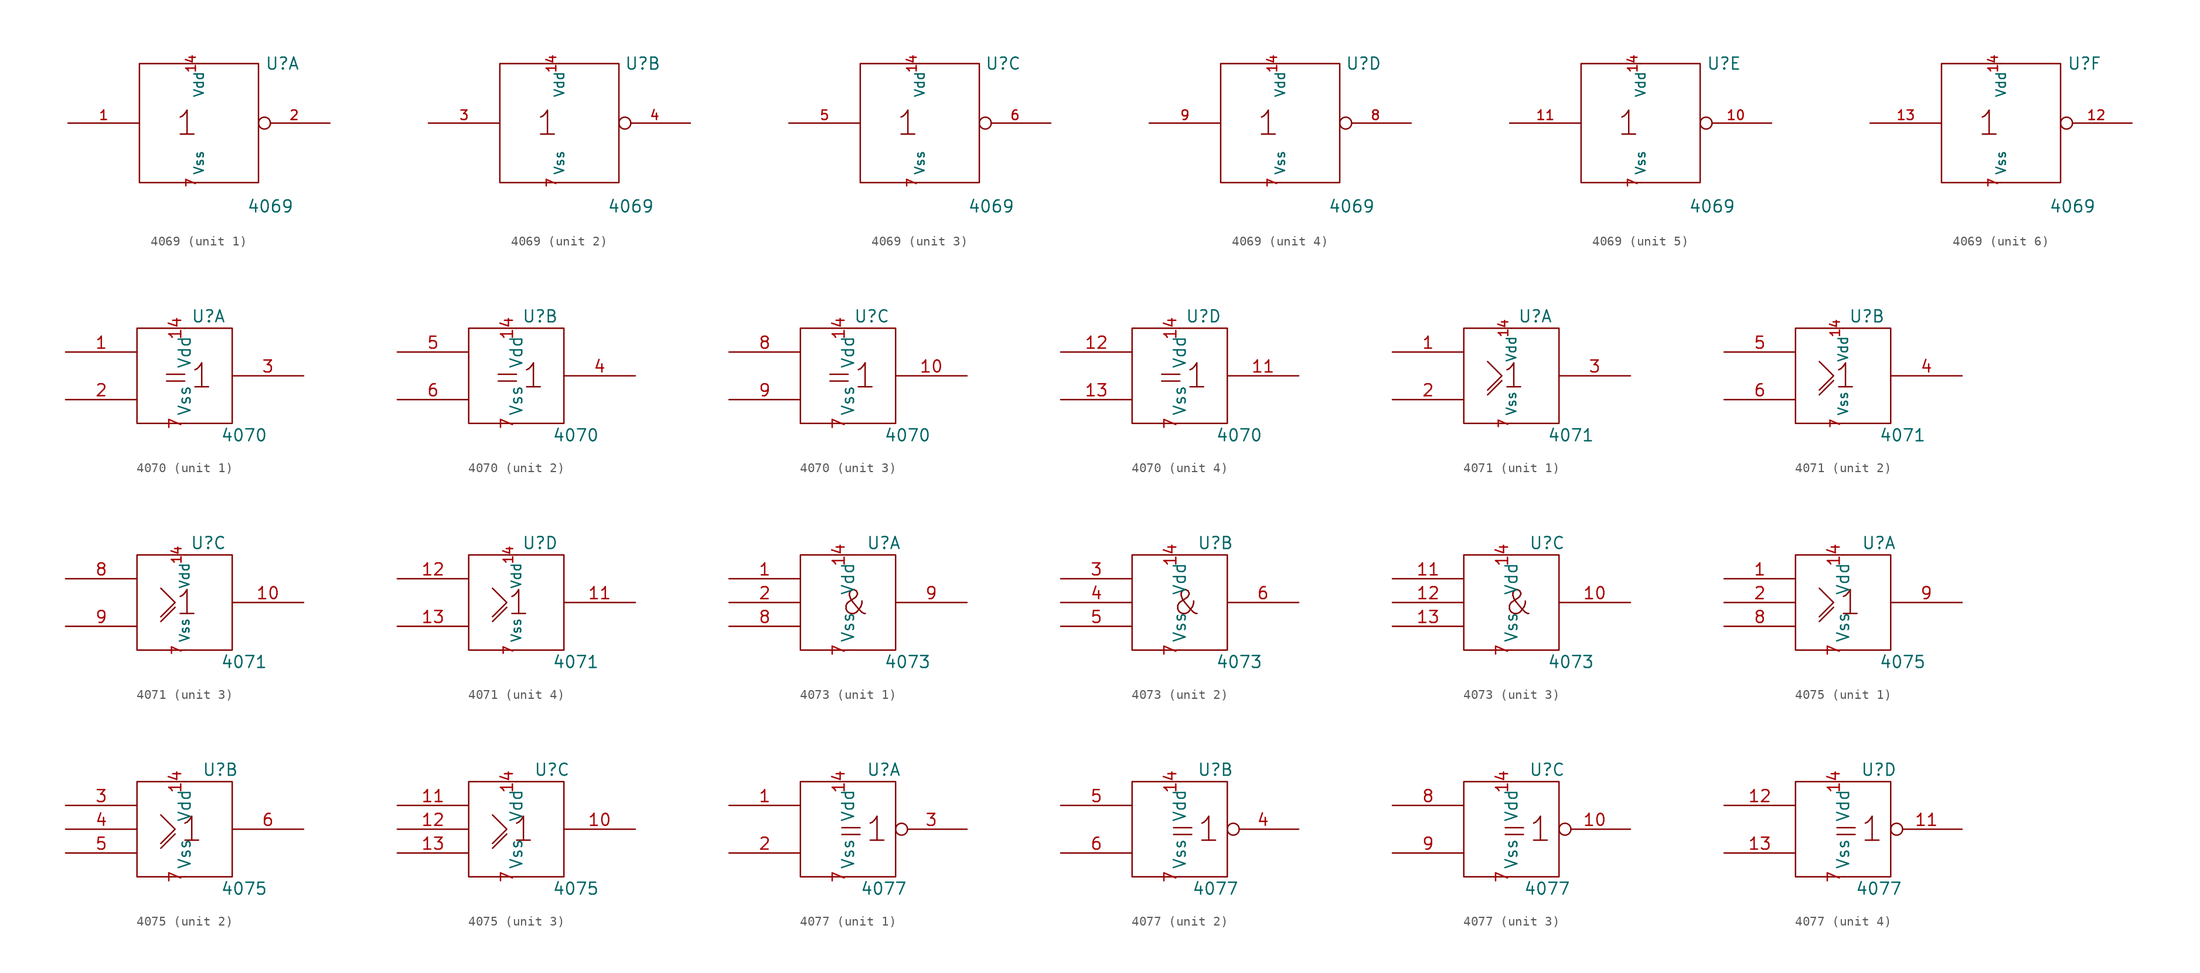
<source format=kicad_sym>
(kicad_symbol_lib
  (version 20201005)
  (generator kicad_symbol_editor)
  (symbol "4069"
    (pin_names
      (offset 0.762))
    (property "Reference" "U"
      (at 8.89 6.35 0)
      (effects (font (size 1.27 1.27))))
    (property "Value" "4069"
      (at 7.62 -8.89 0)
      (effects (font (size 1.27 1.27))))
    (symbol "4069_0_0"
      (text "1" (at -1.27 0 0) (effects (font (size 2.54 2.54))))
      (pin power_in line (at 0 6.35 270) (length 0) (name "Vdd" (effects (font (size 1.016 1.016)))) (number "14" (effects (font (size 1.016 1.016)))))
      (pin power_in line (at 0 -6.35 90) (length 0) (name "Vss" (effects (font (size 1.016 1.016)))) (number "7" (effects (font (size 1.016 1.016))))))
    (symbol "4069_0_1"
      (rectangle (start -6.35 6.35) (end 6.35 -6.35) (stroke (width 0)) (fill (type none))))
    (symbol "4069_1_1"
      (pin input line (at -13.97 0 0) (length 7.62) (name "~" (effects (font (size 1.016 1.016)))) (number "1" (effects (font (size 1.016 1.016)))))
      (pin output inverted (at 13.97 0 180) (length 7.62) (name "~" (effects (font (size 1.016 1.016)))) (number "2" (effects (font (size 1.016 1.016))))))
    (symbol "4069_2_1"
      (pin input line (at -13.97 0 0) (length 7.62) (name "~" (effects (font (size 1.016 1.016)))) (number "3" (effects (font (size 1.016 1.016)))))
      (pin output inverted (at 13.97 0 180) (length 7.62) (name "~" (effects (font (size 1.016 1.016)))) (number "4" (effects (font (size 1.016 1.016))))))
    (symbol "4069_3_1"
      (pin input line (at -13.97 0 0) (length 7.62) (name "~" (effects (font (size 1.016 1.016)))) (number "5" (effects (font (size 1.016 1.016)))))
      (pin output inverted (at 13.97 0 180) (length 7.62) (name "~" (effects (font (size 1.016 1.016)))) (number "6" (effects (font (size 1.016 1.016))))))
    (symbol "4069_4_1"
      (pin output inverted (at 13.97 0 180) (length 7.62) (name "~" (effects (font (size 1.016 1.016)))) (number "8" (effects (font (size 1.016 1.016)))))
      (pin input line (at -13.97 0 0) (length 7.62) (name "~" (effects (font (size 1.016 1.016)))) (number "9" (effects (font (size 1.016 1.016))))))
    (symbol "4069_5_1"
      (pin output inverted (at 13.97 0 180) (length 7.62) (name "~" (effects (font (size 1.016 1.016)))) (number "10" (effects (font (size 1.016 1.016)))))
      (pin input line (at -13.97 0 0) (length 7.62) (name "~" (effects (font (size 1.016 1.016)))) (number "11" (effects (font (size 1.016 1.016))))))
    (symbol "4069_6_1"
      (pin output inverted (at 13.97 0 180) (length 7.62) (name "~" (effects (font (size 1.016 1.016)))) (number "12" (effects (font (size 1.016 1.016)))))
      (pin input line (at -13.97 0 0) (length 7.62) (name "~" (effects (font (size 1.016 1.016)))) (number "13" (effects (font (size 1.016 1.016)))))))
  (symbol "4070"
    (pin_names
      (offset 0.762))
    (property "Reference" "U"
      (at 2.54 6.35 0)
      (effects (font (size 1.27 1.27))))
    (property "Value" "4070"
      (at 6.35 -6.35 0)
      (effects (font (size 1.27 1.27))))
    (symbol "4070_0_0"
      (text "=1" (at 0.254 0 0) (effects (font (size 2.54 2.54))))
      (rectangle (start -5.08 5.08) (end 5.08 -5.08) (stroke (width 0)) (fill (type none)))
      (pin power_in line (at 0 5.08 270) (length 0) (name "Vdd" (effects (font (size 1.27 1.27)))) (number "14" (effects (font (size 1.27 1.27)))))
      (pin power_in line (at 0 -5.08 90) (length 0) (name "Vss" (effects (font (size 1.27 1.27)))) (number "7" (effects (font (size 1.27 1.27))))))
    (symbol "4070_1_1"
      (pin input line (at -12.7 2.54 0) (length 7.62) (name "~" (effects (font (size 1.27 1.27)))) (number "1" (effects (font (size 1.27 1.27)))))
      (pin input line (at -12.7 -2.54 0) (length 7.62) (name "~" (effects (font (size 1.27 1.27)))) (number "2" (effects (font (size 1.27 1.27)))))
      (pin output line (at 12.7 0 180) (length 7.62) (name "~" (effects (font (size 1.27 1.27)))) (number "3" (effects (font (size 1.27 1.27))))))
    (symbol "4070_2_1"
      (pin output line (at 12.7 0 180) (length 7.62) (name "~" (effects (font (size 1.27 1.27)))) (number "4" (effects (font (size 1.27 1.27)))))
      (pin input line (at -12.7 2.54 0) (length 7.62) (name "~" (effects (font (size 1.27 1.27)))) (number "5" (effects (font (size 1.27 1.27)))))
      (pin input line (at -12.7 -2.54 0) (length 7.62) (name "~" (effects (font (size 1.27 1.27)))) (number "6" (effects (font (size 1.27 1.27))))))
    (symbol "4070_3_1"
      (pin output line (at 12.7 0 180) (length 7.62) (name "~" (effects (font (size 1.27 1.27)))) (number "10" (effects (font (size 1.27 1.27)))))
      (pin input line (at -12.7 2.54 0) (length 7.62) (name "~" (effects (font (size 1.27 1.27)))) (number "8" (effects (font (size 1.27 1.27)))))
      (pin input line (at -12.7 -2.54 0) (length 7.62) (name "~" (effects (font (size 1.27 1.27)))) (number "9" (effects (font (size 1.27 1.27))))))
    (symbol "4070_4_1"
      (pin output line (at 12.7 0 180) (length 7.62) (name "~" (effects (font (size 1.27 1.27)))) (number "11" (effects (font (size 1.27 1.27)))))
      (pin input line (at -12.7 2.54 0) (length 7.62) (name "~" (effects (font (size 1.27 1.27)))) (number "12" (effects (font (size 1.27 1.27)))))
      (pin input line (at -12.7 -2.54 0) (length 7.62) (name "~" (effects (font (size 1.27 1.27)))) (number "13" (effects (font (size 1.27 1.27)))))))
  (symbol "4071"
    (pin_names
      (offset 0.762))
    (property "Reference" "U"
      (at 2.54 6.35 0)
      (effects (font (size 1.27 1.27))))
    (property "Value" "4071"
      (at 6.35 -6.35 0)
      (effects (font (size 1.27 1.27))))
    (symbol "4071_0_0"
      (text "1" (at 0.254 0 0) (effects (font (size 2.54 2.54))))
      (rectangle (start -5.08 5.08) (end 5.08 -5.08) (stroke (width 0)) (fill (type none)))
      (polyline (pts (xy -2.54 -2.032) (xy -1.016 -0.508) (xy -1.016 -0.508)) (stroke (width 0)) (fill (type none)))
      (polyline (pts (xy -2.54 1.524) (xy -1.016 0) (xy -2.54 -1.524) (xy -2.54 -1.524)) (stroke (width 0)) (fill (type none)))
      (pin power_in line (at 0 5.08 270) (length 0) (name "Vdd" (effects (font (size 1.016 1.016)))) (number "14" (effects (font (size 1.016 1.016)))))
      (pin power_in line (at 0 -5.08 90) (length 0) (name "Vss" (effects (font (size 1.016 1.016)))) (number "7" (effects (font (size 1.016 1.016))))))
    (symbol "4071_1_1"
      (pin input line (at -12.7 2.54 0) (length 7.62) (name "~" (effects (font (size 1.27 1.27)))) (number "1" (effects (font (size 1.27 1.27)))))
      (pin input line (at -12.7 -2.54 0) (length 7.62) (name "~" (effects (font (size 1.27 1.27)))) (number "2" (effects (font (size 1.27 1.27)))))
      (pin output line (at 12.7 0 180) (length 7.62) (name "~" (effects (font (size 1.27 1.27)))) (number "3" (effects (font (size 1.27 1.27))))))
    (symbol "4071_2_1"
      (pin output line (at 12.7 0 180) (length 7.62) (name "~" (effects (font (size 1.27 1.27)))) (number "4" (effects (font (size 1.27 1.27)))))
      (pin input line (at -12.7 2.54 0) (length 7.62) (name "~" (effects (font (size 1.27 1.27)))) (number "5" (effects (font (size 1.27 1.27)))))
      (pin input line (at -12.7 -2.54 0) (length 7.62) (name "~" (effects (font (size 1.27 1.27)))) (number "6" (effects (font (size 1.27 1.27))))))
    (symbol "4071_3_1"
      (pin output line (at 12.7 0 180) (length 7.62) (name "~" (effects (font (size 1.27 1.27)))) (number "10" (effects (font (size 1.27 1.27)))))
      (pin input line (at -12.7 2.54 0) (length 7.62) (name "~" (effects (font (size 1.27 1.27)))) (number "8" (effects (font (size 1.27 1.27)))))
      (pin input line (at -12.7 -2.54 0) (length 7.62) (name "~" (effects (font (size 1.27 1.27)))) (number "9" (effects (font (size 1.27 1.27))))))
    (symbol "4071_4_1"
      (pin output line (at 12.7 0 180) (length 7.62) (name "~" (effects (font (size 1.27 1.27)))) (number "11" (effects (font (size 1.27 1.27)))))
      (pin input line (at -12.7 2.54 0) (length 7.62) (name "~" (effects (font (size 1.27 1.27)))) (number "12" (effects (font (size 1.27 1.27)))))
      (pin input line (at -12.7 -2.54 0) (length 7.62) (name "~" (effects (font (size 1.27 1.27)))) (number "13" (effects (font (size 1.27 1.27)))))))
  (symbol "4073"
    (pin_names
      (offset 0.762))
    (property "Reference" "U"
      (at 3.81 6.35 0)
      (effects (font (size 1.27 1.27))))
    (property "Value" "4073"
      (at 6.35 -6.35 0)
      (effects (font (size 1.27 1.27))))
    (symbol "4073_0_0"
      (text "&" (at 0.762 0 0) (effects (font (size 2.54 2.54))))
      (rectangle (start -5.08 5.08) (end 5.08 -5.08) (stroke (width 0)) (fill (type none)))
      (pin power_in line (at 0 5.08 270) (length 0) (name "Vdd" (effects (font (size 1.27 1.27)))) (number "14" (effects (font (size 1.27 1.27)))))
      (pin power_in line (at 0 -5.08 90) (length 0) (name "Vss" (effects (font (size 1.27 1.27)))) (number "7" (effects (font (size 1.27 1.27))))))
    (symbol "4073_1_1"
      (pin input line (at -12.7 2.54 0) (length 7.62) (name "~" (effects (font (size 1.27 1.27)))) (number "1" (effects (font (size 1.27 1.27)))))
      (pin input line (at -12.7 0 0) (length 7.62) (name "~" (effects (font (size 1.27 1.27)))) (number "2" (effects (font (size 1.27 1.27)))))
      (pin input line (at -12.7 -2.54 0) (length 7.62) (name "~" (effects (font (size 1.27 1.27)))) (number "8" (effects (font (size 1.27 1.27)))))
      (pin output line (at 12.7 0 180) (length 7.62) (name "~" (effects (font (size 1.27 1.27)))) (number "9" (effects (font (size 1.27 1.27))))))
    (symbol "4073_2_1"
      (pin input line (at -12.7 2.54 0) (length 7.62) (name "~" (effects (font (size 1.27 1.27)))) (number "3" (effects (font (size 1.27 1.27)))))
      (pin input line (at -12.7 0 0) (length 7.62) (name "~" (effects (font (size 1.27 1.27)))) (number "4" (effects (font (size 1.27 1.27)))))
      (pin input line (at -12.7 -2.54 0) (length 7.62) (name "~" (effects (font (size 1.27 1.27)))) (number "5" (effects (font (size 1.27 1.27)))))
      (pin output line (at 12.7 0 180) (length 7.62) (name "~" (effects (font (size 1.27 1.27)))) (number "6" (effects (font (size 1.27 1.27))))))
    (symbol "4073_3_1"
      (pin output line (at 12.7 0 180) (length 7.62) (name "~" (effects (font (size 1.27 1.27)))) (number "10" (effects (font (size 1.27 1.27)))))
      (pin input line (at -12.7 2.54 0) (length 7.62) (name "~" (effects (font (size 1.27 1.27)))) (number "11" (effects (font (size 1.27 1.27)))))
      (pin input line (at -12.7 0 0) (length 7.62) (name "~" (effects (font (size 1.27 1.27)))) (number "12" (effects (font (size 1.27 1.27)))))
      (pin input line (at -12.7 -2.54 0) (length 7.62) (name "~" (effects (font (size 1.27 1.27)))) (number "13" (effects (font (size 1.27 1.27)))))))
  (symbol "4075"
    (pin_names
      (offset 0.762))
    (property "Reference" "U"
      (at 3.81 6.35 0)
      (effects (font (size 1.27 1.27))))
    (property "Value" "4075"
      (at 6.35 -6.35 0)
      (effects (font (size 1.27 1.27))))
    (symbol "4075_0_0"
      (text "1" (at 0.762 0 0) (effects (font (size 2.54 2.54))))
      (rectangle (start -5.08 5.08) (end 5.08 -5.08) (stroke (width 0)) (fill (type none)))
      (polyline (pts (xy -2.54 -2.032) (xy -1.016 -0.508) (xy -1.016 -0.508)) (stroke (width 0)) (fill (type none)))
      (polyline (pts (xy -2.54 1.524) (xy -1.016 0) (xy -2.54 -1.524) (xy -2.54 -1.524)) (stroke (width 0)) (fill (type none)))
      (pin power_in line (at 0 5.08 270) (length 0) (name "Vdd" (effects (font (size 1.27 1.27)))) (number "14" (effects (font (size 1.27 1.27)))))
      (pin power_in line (at 0 -5.08 90) (length 0) (name "Vss" (effects (font (size 1.27 1.27)))) (number "7" (effects (font (size 1.27 1.27))))))
    (symbol "4075_1_1"
      (pin input line (at -12.7 2.54 0) (length 7.62) (name "~" (effects (font (size 1.27 1.27)))) (number "1" (effects (font (size 1.27 1.27)))))
      (pin input line (at -12.7 0 0) (length 7.62) (name "~" (effects (font (size 1.27 1.27)))) (number "2" (effects (font (size 1.27 1.27)))))
      (pin input line (at -12.7 -2.54 0) (length 7.62) (name "~" (effects (font (size 1.27 1.27)))) (number "8" (effects (font (size 1.27 1.27)))))
      (pin output line (at 12.7 0 180) (length 7.62) (name "~" (effects (font (size 1.27 1.27)))) (number "9" (effects (font (size 1.27 1.27))))))
    (symbol "4075_2_1"
      (pin input line (at -12.7 2.54 0) (length 7.62) (name "~" (effects (font (size 1.27 1.27)))) (number "3" (effects (font (size 1.27 1.27)))))
      (pin input line (at -12.7 0 0) (length 7.62) (name "~" (effects (font (size 1.27 1.27)))) (number "4" (effects (font (size 1.27 1.27)))))
      (pin input line (at -12.7 -2.54 0) (length 7.62) (name "~" (effects (font (size 1.27 1.27)))) (number "5" (effects (font (size 1.27 1.27)))))
      (pin output line (at 12.7 0 180) (length 7.62) (name "~" (effects (font (size 1.27 1.27)))) (number "6" (effects (font (size 1.27 1.27))))))
    (symbol "4075_3_1"
      (pin output line (at 12.7 0 180) (length 7.62) (name "~" (effects (font (size 1.27 1.27)))) (number "10" (effects (font (size 1.27 1.27)))))
      (pin input line (at -12.7 2.54 0) (length 7.62) (name "~" (effects (font (size 1.27 1.27)))) (number "11" (effects (font (size 1.27 1.27)))))
      (pin input line (at -12.7 0 0) (length 7.62) (name "~" (effects (font (size 1.27 1.27)))) (number "12" (effects (font (size 1.27 1.27)))))
      (pin input line (at -12.7 -2.54 0) (length 7.62) (name "~" (effects (font (size 1.27 1.27)))) (number "13" (effects (font (size 1.27 1.27)))))))
  (symbol "4077"
    (pin_names
      (offset 0.762))
    (property "Reference" "U"
      (at 3.81 6.35 0)
      (effects (font (size 1.27 1.27))))
    (property "Value" "4077"
      (at 3.81 -6.35 0)
      (effects (font (size 1.27 1.27))))
    (symbol "4077_0_0"
      (text "=1" (at 1.524 0 0) (effects (font (size 2.54 2.54))))
      (rectangle (start -5.08 5.08) (end 5.08 -5.08) (stroke (width 0)) (fill (type none)))
      (pin power_in line (at 0 5.08 270) (length 0) (name "Vdd" (effects (font (size 1.27 1.27)))) (number "14" (effects (font (size 1.27 1.27)))))
      (pin power_in line (at 0 -5.08 90) (length 0) (name "Vss" (effects (font (size 1.27 1.27)))) (number "7" (effects (font (size 1.27 1.27))))))
    (symbol "4077_1_1"
      (pin input line (at -12.7 2.54 0) (length 7.62) (name "~" (effects (font (size 1.27 1.27)))) (number "1" (effects (font (size 1.27 1.27)))))
      (pin input line (at -12.7 -2.54 0) (length 7.62) (name "~" (effects (font (size 1.27 1.27)))) (number "2" (effects (font (size 1.27 1.27)))))
      (pin output inverted (at 12.7 0 180) (length 7.62) (name "~" (effects (font (size 1.27 1.27)))) (number "3" (effects (font (size 1.27 1.27))))))
    (symbol "4077_2_1"
      (pin output inverted (at 12.7 0 180) (length 7.62) (name "~" (effects (font (size 1.27 1.27)))) (number "4" (effects (font (size 1.27 1.27)))))
      (pin input line (at -12.7 2.54 0) (length 7.62) (name "~" (effects (font (size 1.27 1.27)))) (number "5" (effects (font (size 1.27 1.27)))))
      (pin input line (at -12.7 -2.54 0) (length 7.62) (name "~" (effects (font (size 1.27 1.27)))) (number "6" (effects (font (size 1.27 1.27))))))
    (symbol "4077_3_1"
      (pin output inverted (at 12.7 0 180) (length 7.62) (name "~" (effects (font (size 1.27 1.27)))) (number "10" (effects (font (size 1.27 1.27)))))
      (pin input line (at -12.7 2.54 0) (length 7.62) (name "~" (effects (font (size 1.27 1.27)))) (number "8" (effects (font (size 1.27 1.27)))))
      (pin input line (at -12.7 -2.54 0) (length 7.62) (name "~" (effects (font (size 1.27 1.27)))) (number "9" (effects (font (size 1.27 1.27))))))
    (symbol "4077_4_1"
      (pin output inverted (at 12.7 0 180) (length 7.62) (name "~" (effects (font (size 1.27 1.27)))) (number "11" (effects (font (size 1.27 1.27)))))
      (pin input line (at -12.7 2.54 0) (length 7.62) (name "~" (effects (font (size 1.27 1.27)))) (number "12" (effects (font (size 1.27 1.27)))))
      (pin input line (at -12.7 -2.54 0) (length 7.62) (name "~" (effects (font (size 1.27 1.27)))) (number "13" (effects (font (size 1.27 1.27))))))))
</source>
